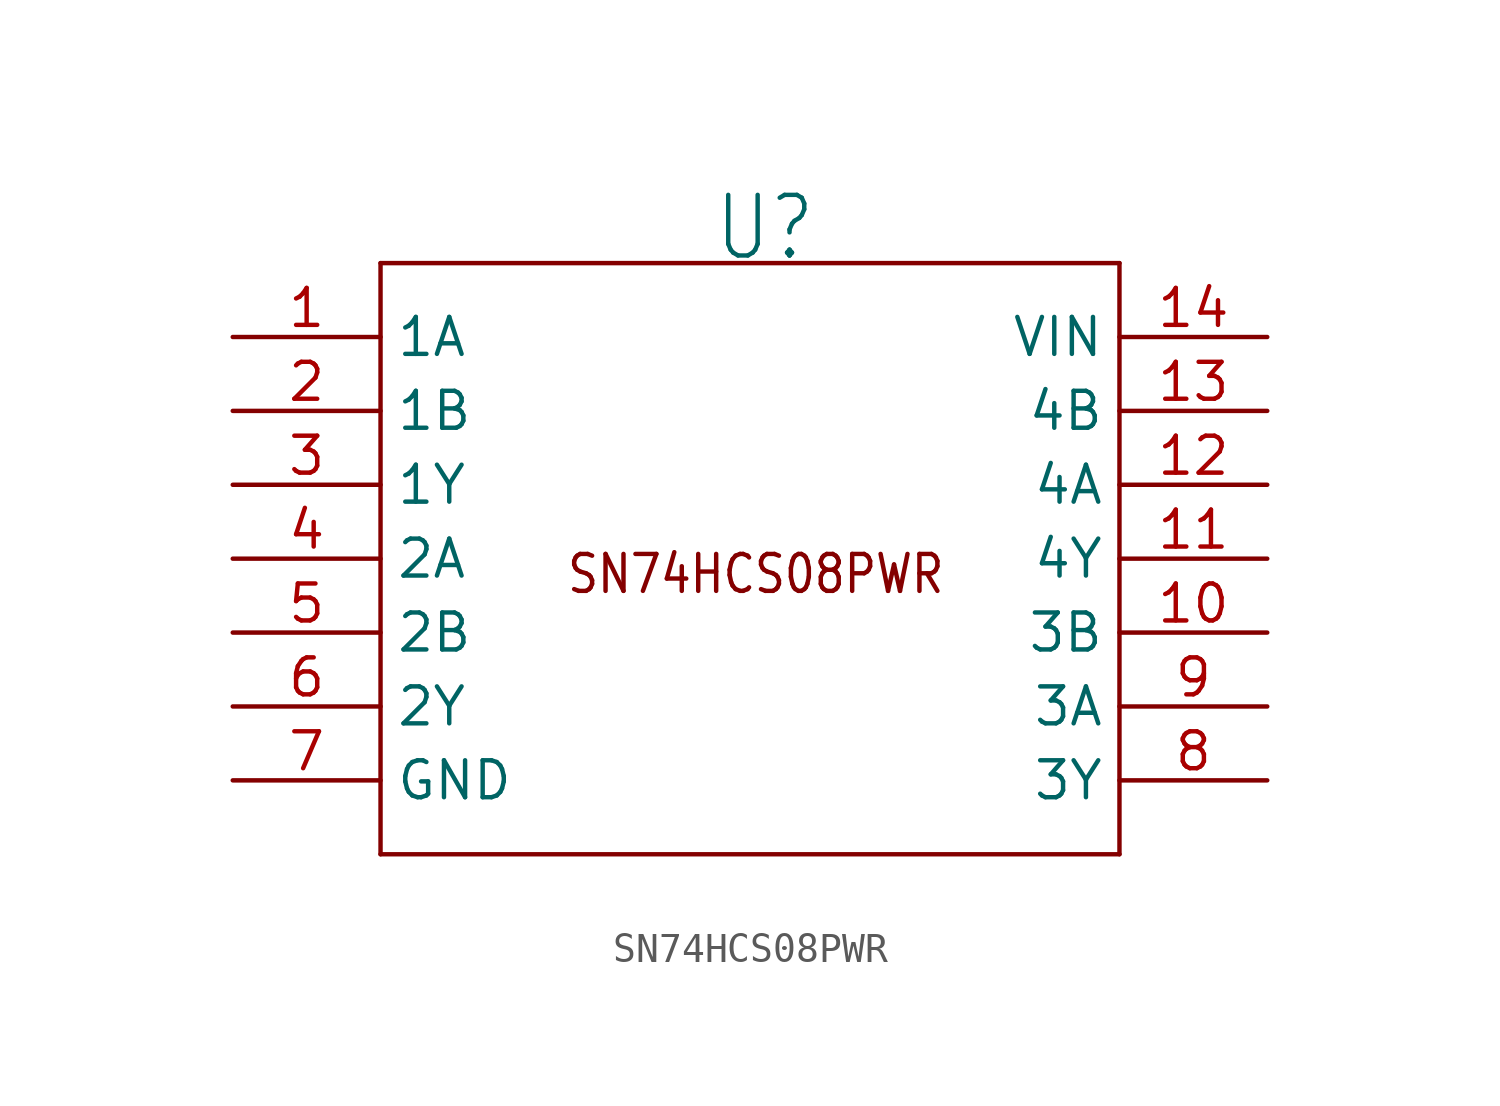
<source format=kicad_sym>
(kicad_symbol_lib
  (version 20220914)
  (generator kicad_symbol_editor)
  (symbol "SN74HCS08PWR"
    (property "Reference" "U"
      (at -1.27 10.16 0)
      (effects (font (size 2.083 1.77)) (justify left bottom)))
    (symbol "SN74HCS08PWR_1_0"
      (polyline (pts (xy -12.7 -10.16) (xy 12.7 -10.16)) (stroke (width 0.152) (type solid)) (fill (type none)))
      (polyline (pts (xy -12.7 10.16) (xy -12.7 -10.16)) (stroke (width 0.152) (type solid)) (fill (type none)))
      (polyline (pts (xy 12.7 -10.16) (xy 12.7 10.16)) (stroke (width 0.152) (type solid)) (fill (type none)))
      (polyline (pts (xy 12.7 10.16) (xy -12.7 10.16)) (stroke (width 0.152) (type solid)) (fill (type none)))
      (text "SN74HCS08PWR" (at -6.35 -1.27 0) (effects (font (size 1.27 1.079)) (justify left bottom)))
      (pin passive line (at -17.78 7.62 0) (length 5.08) (name "1A" (effects (font (size 1.27 1.27)))) (number "1" (effects (font (size 1.27 1.27)))))
      (pin passive line (at 17.78 -2.54 180) (length 5.08) (name "3B" (effects (font (size 1.27 1.27)))) (number "10" (effects (font (size 1.27 1.27)))))
      (pin passive line (at 17.78 0 180) (length 5.08) (name "4Y" (effects (font (size 1.27 1.27)))) (number "11" (effects (font (size 1.27 1.27)))))
      (pin passive line (at 17.78 2.54 180) (length 5.08) (name "4A" (effects (font (size 1.27 1.27)))) (number "12" (effects (font (size 1.27 1.27)))))
      (pin passive line (at 17.78 5.08 180) (length 5.08) (name "4B" (effects (font (size 1.27 1.27)))) (number "13" (effects (font (size 1.27 1.27)))))
      (pin passive line (at 17.78 7.62 180) (length 5.08) (name "VIN" (effects (font (size 1.27 1.27)))) (number "14" (effects (font (size 1.27 1.27)))))
      (pin passive line (at -17.78 5.08 0) (length 5.08) (name "1B" (effects (font (size 1.27 1.27)))) (number "2" (effects (font (size 1.27 1.27)))))
      (pin passive line (at -17.78 2.54 0) (length 5.08) (name "1Y" (effects (font (size 1.27 1.27)))) (number "3" (effects (font (size 1.27 1.27)))))
      (pin passive line (at -17.78 0 0) (length 5.08) (name "2A" (effects (font (size 1.27 1.27)))) (number "4" (effects (font (size 1.27 1.27)))))
      (pin passive line (at -17.78 -2.54 0) (length 5.08) (name "2B" (effects (font (size 1.27 1.27)))) (number "5" (effects (font (size 1.27 1.27)))))
      (pin passive line (at -17.78 -5.08 0) (length 5.08) (name "2Y" (effects (font (size 1.27 1.27)))) (number "6" (effects (font (size 1.27 1.27)))))
      (pin passive line (at -17.78 -7.62 0) (length 5.08) (name "GND" (effects (font (size 1.27 1.27)))) (number "7" (effects (font (size 1.27 1.27)))))
      (pin passive line (at 17.78 -7.62 180) (length 5.08) (name "3Y" (effects (font (size 1.27 1.27)))) (number "8" (effects (font (size 1.27 1.27)))))
      (pin passive line (at 17.78 -5.08 180) (length 5.08) (name "3A" (effects (font (size 1.27 1.27)))) (number "9" (effects (font (size 1.27 1.27))))))))
</source>
